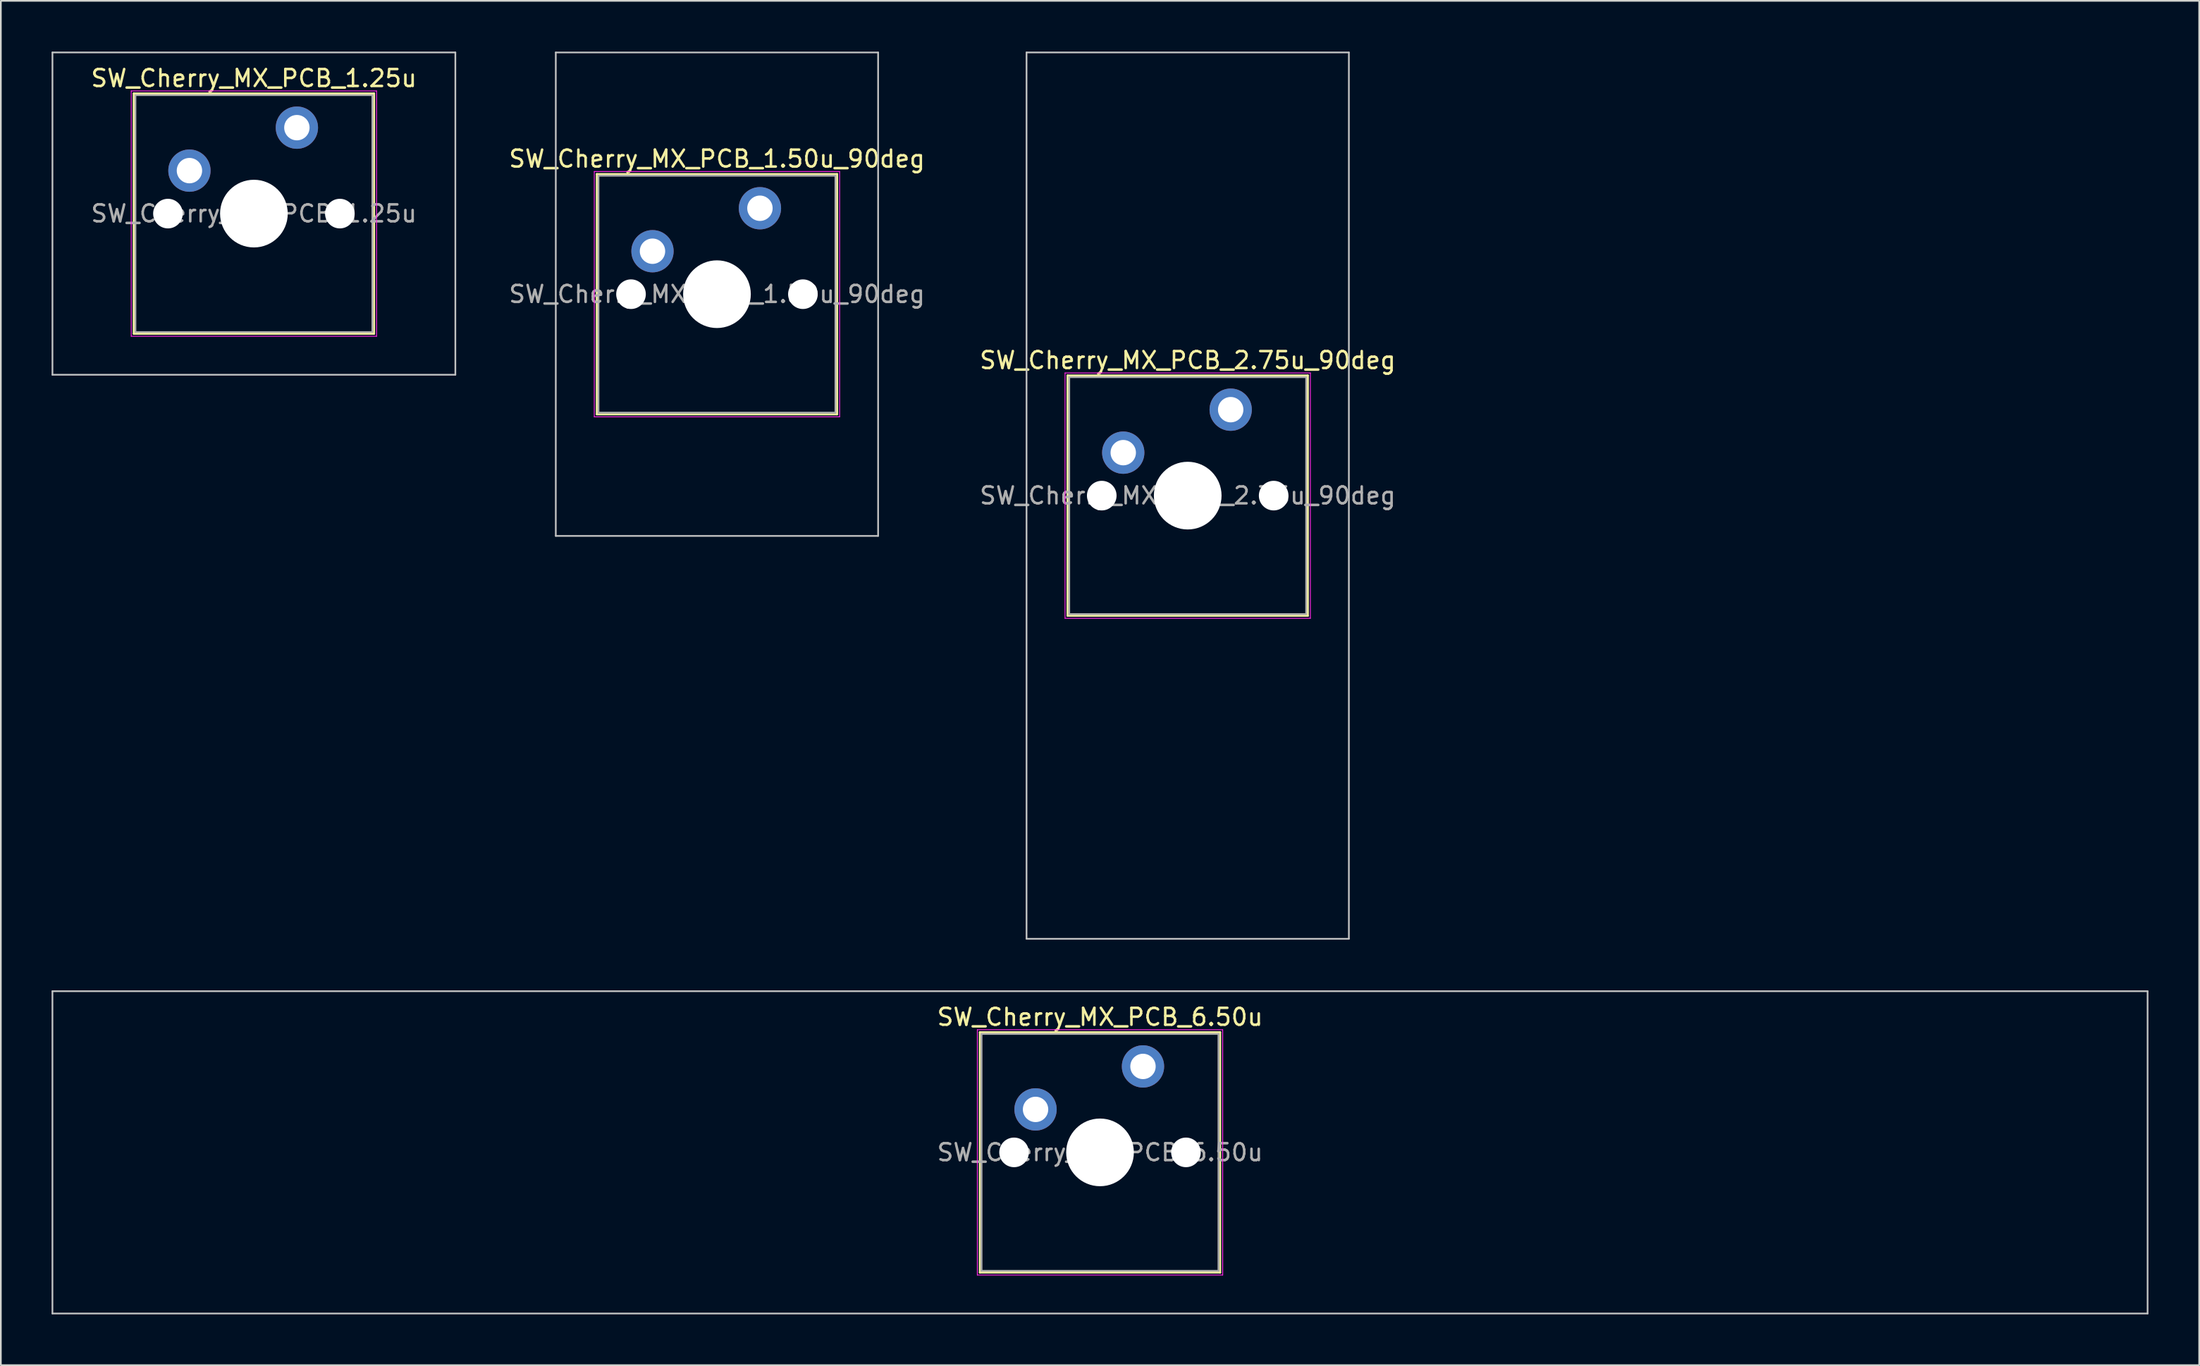
<source format=kicad_pcb>
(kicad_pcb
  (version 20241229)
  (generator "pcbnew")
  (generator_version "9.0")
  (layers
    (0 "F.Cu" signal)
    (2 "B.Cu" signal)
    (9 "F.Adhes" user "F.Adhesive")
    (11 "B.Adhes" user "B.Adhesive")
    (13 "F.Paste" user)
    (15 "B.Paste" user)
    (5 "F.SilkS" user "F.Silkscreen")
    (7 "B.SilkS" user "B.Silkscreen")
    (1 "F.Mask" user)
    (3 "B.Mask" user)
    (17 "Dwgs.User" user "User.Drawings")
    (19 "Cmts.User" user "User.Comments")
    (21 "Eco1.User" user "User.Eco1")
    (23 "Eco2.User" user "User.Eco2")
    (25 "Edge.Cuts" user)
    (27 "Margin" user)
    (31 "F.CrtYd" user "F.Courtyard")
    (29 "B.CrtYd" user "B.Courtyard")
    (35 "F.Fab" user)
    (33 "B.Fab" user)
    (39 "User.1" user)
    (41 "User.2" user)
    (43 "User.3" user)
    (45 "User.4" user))
  (footprint "SW_Cherry_MX_PCB_6.50u"
    (layer "F.Cu")
    (at 61.962 65.062)
    (property "Reference" "SW_Cherry_MX_PCB_6.50u" (at 0 -8 0) (layer "F.SilkS") (effects (font (size 1 1) (thickness 0.15))))
    (attr through_hole)
    (fp_line (start -7.1 -7.1) (end -7.1 7.1) (stroke (width 0.12) (type solid)) (layer "F.SilkS"))
    (fp_line (start -7.1 7.1) (end 7.1 7.1) (stroke (width 0.12) (type solid)) (layer "F.SilkS"))
    (fp_line (start 7.1 -7.1) (end -7.1 -7.1) (stroke (width 0.12) (type solid)) (layer "F.SilkS"))
    (fp_line (start 7.1 7.1) (end 7.1 -7.1) (stroke (width 0.12) (type solid)) (layer "F.SilkS"))
    (fp_line (start -61.913 -9.525) (end -61.913 9.525) (stroke (width 0.1) (type solid)) (layer "Dwgs.User"))
    (fp_line (start -61.913 9.525) (end 61.913 9.525) (stroke (width 0.1) (type solid)) (layer "Dwgs.User"))
    (fp_line (start 61.913 -9.525) (end -61.913 -9.525) (stroke (width 0.1) (type solid)) (layer "Dwgs.User"))
    (fp_line (start 61.913 9.525) (end 61.913 -9.525) (stroke (width 0.1) (type solid)) (layer "Dwgs.User"))
    (fp_line (start -7 -7) (end -7 7) (stroke (width 0.1) (type solid)) (layer "Eco1.User"))
    (fp_line (start -7 7) (end 7 7) (stroke (width 0.1) (type solid)) (layer "Eco1.User"))
    (fp_line (start 7 -7) (end -7 -7) (stroke (width 0.1) (type solid)) (layer "Eco1.User"))
    (fp_line (start 7 7) (end 7 -7) (stroke (width 0.1) (type solid)) (layer "Eco1.User"))
    (fp_line (start -7.25 -7.25) (end -7.25 7.25) (stroke (width 0.05) (type solid)) (layer "F.CrtYd"))
    (fp_line (start -7.25 7.25) (end 7.25 7.25) (stroke (width 0.05) (type solid)) (layer "F.CrtYd"))
    (fp_line (start 7.25 -7.25) (end -7.25 -7.25) (stroke (width 0.05) (type solid)) (layer "F.CrtYd"))
    (fp_line (start 7.25 7.25) (end 7.25 -7.25) (stroke (width 0.05) (type solid)) (layer "F.CrtYd"))
    (fp_line (start -7 -7) (end -7 7) (stroke (width 0.1) (type solid)) (layer "F.Fab"))
    (fp_line (start -7 7) (end 7 7) (stroke (width 0.1) (type solid)) (layer "F.Fab"))
    (fp_line (start 7 -7) (end -7 -7) (stroke (width 0.1) (type solid)) (layer "F.Fab"))
    (fp_line (start 7 7) (end 7 -7) (stroke (width 0.1) (type solid)) (layer "F.Fab"))
    (fp_text user "${REFERENCE}" (at 0 0 0) (layer "F.Fab") (effects (font (size 1 1) (thickness 0.15))))
    (pad "" np_thru_hole circle (at -5.08 0) (size 1.75 1.75) (drill 1.75) (layers "*.Cu" "*.Mask"))
    (pad "" np_thru_hole circle (at 0 0) (size 4 4) (drill 4) (layers "*.Cu" "*.Mask"))
    (pad "" np_thru_hole circle (at 5.08 0) (size 1.75 1.75) (drill 1.75) (layers "*.Cu" "*.Mask"))
    (pad "1" thru_hole circle (at -3.81 -2.54) (size 2.5 2.5) (drill 1.5) (layers "*.Cu" "*.Mask"))
    (pad "2" thru_hole circle (at 2.54 -5.08) (size 2.5 2.5) (drill 1.5) (layers "*.Cu" "*.Mask")))
  (footprint "SW_Cherry_MX_PCB_1.25u"
    (layer "F.Cu")
    (at 11.956 9.575)
    (property "Reference" "SW_Cherry_MX_PCB_1.25u" (at 0 -8 0) (layer "F.SilkS") (effects (font (size 1 1) (thickness 0.15))))
    (attr through_hole)
    (fp_line (start -7.1 -7.1) (end -7.1 7.1) (stroke (width 0.12) (type solid)) (layer "F.SilkS"))
    (fp_line (start -7.1 7.1) (end 7.1 7.1) (stroke (width 0.12) (type solid)) (layer "F.SilkS"))
    (fp_line (start 7.1 -7.1) (end -7.1 -7.1) (stroke (width 0.12) (type solid)) (layer "F.SilkS"))
    (fp_line (start 7.1 7.1) (end 7.1 -7.1) (stroke (width 0.12) (type solid)) (layer "F.SilkS"))
    (fp_line (start -11.906 -9.525) (end -11.906 9.525) (stroke (width 0.1) (type solid)) (layer "Dwgs.User"))
    (fp_line (start -11.906 9.525) (end 11.906 9.525) (stroke (width 0.1) (type solid)) (layer "Dwgs.User"))
    (fp_line (start 11.906 -9.525) (end -11.906 -9.525) (stroke (width 0.1) (type solid)) (layer "Dwgs.User"))
    (fp_line (start 11.906 9.525) (end 11.906 -9.525) (stroke (width 0.1) (type solid)) (layer "Dwgs.User"))
    (fp_line (start -7 -7) (end -7 7) (stroke (width 0.1) (type solid)) (layer "Eco1.User"))
    (fp_line (start -7 7) (end 7 7) (stroke (width 0.1) (type solid)) (layer "Eco1.User"))
    (fp_line (start 7 -7) (end -7 -7) (stroke (width 0.1) (type solid)) (layer "Eco1.User"))
    (fp_line (start 7 7) (end 7 -7) (stroke (width 0.1) (type solid)) (layer "Eco1.User"))
    (fp_line (start -7.25 -7.25) (end -7.25 7.25) (stroke (width 0.05) (type solid)) (layer "F.CrtYd"))
    (fp_line (start -7.25 7.25) (end 7.25 7.25) (stroke (width 0.05) (type solid)) (layer "F.CrtYd"))
    (fp_line (start 7.25 -7.25) (end -7.25 -7.25) (stroke (width 0.05) (type solid)) (layer "F.CrtYd"))
    (fp_line (start 7.25 7.25) (end 7.25 -7.25) (stroke (width 0.05) (type solid)) (layer "F.CrtYd"))
    (fp_line (start -7 -7) (end -7 7) (stroke (width 0.1) (type solid)) (layer "F.Fab"))
    (fp_line (start -7 7) (end 7 7) (stroke (width 0.1) (type solid)) (layer "F.Fab"))
    (fp_line (start 7 -7) (end -7 -7) (stroke (width 0.1) (type solid)) (layer "F.Fab"))
    (fp_line (start 7 7) (end 7 -7) (stroke (width 0.1) (type solid)) (layer "F.Fab"))
    (fp_text user "${REFERENCE}" (at 0 0 0) (layer "F.Fab") (effects (font (size 1 1) (thickness 0.15))))
    (pad "" np_thru_hole circle (at -5.08 0) (size 1.75 1.75) (drill 1.75) (layers "*.Cu" "*.Mask"))
    (pad "" np_thru_hole circle (at 0 0) (size 4 4) (drill 4) (layers "*.Cu" "*.Mask"))
    (pad "" np_thru_hole circle (at 5.08 0) (size 1.75 1.75) (drill 1.75) (layers "*.Cu" "*.Mask"))
    (pad "1" thru_hole circle (at -3.81 -2.54) (size 2.5 2.5) (drill 1.5) (layers "*.Cu" "*.Mask"))
    (pad "2" thru_hole circle (at 2.54 -5.08) (size 2.5 2.5) (drill 1.5) (layers "*.Cu" "*.Mask")))
  (footprint "SW_Cherry_MX_PCB_1.50u_90deg"
    (layer "F.Cu")
    (at 39.323 14.338)
    (property "Reference" "SW_Cherry_MX_PCB_1.50u_90deg" (at 0 -8 0) (layer "F.SilkS") (effects (font (size 1 1) (thickness 0.15))))
    (attr through_hole)
    (fp_line (start -7.1 -7.1) (end -7.1 7.1) (stroke (width 0.12) (type solid)) (layer "F.SilkS"))
    (fp_line (start -7.1 7.1) (end 7.1 7.1) (stroke (width 0.12) (type solid)) (layer "F.SilkS"))
    (fp_line (start 7.1 -7.1) (end -7.1 -7.1) (stroke (width 0.12) (type solid)) (layer "F.SilkS"))
    (fp_line (start 7.1 7.1) (end 7.1 -7.1) (stroke (width 0.12) (type solid)) (layer "F.SilkS"))
    (fp_line (start -9.525 -14.287) (end 9.525 -14.287) (stroke (width 0.1) (type solid)) (layer "Dwgs.User"))
    (fp_line (start -9.525 14.287) (end -9.525 -14.287) (stroke (width 0.1) (type solid)) (layer "Dwgs.User"))
    (fp_line (start 9.525 -14.287) (end 9.525 14.287) (stroke (width 0.1) (type solid)) (layer "Dwgs.User"))
    (fp_line (start 9.525 14.287) (end -9.525 14.287) (stroke (width 0.1) (type solid)) (layer "Dwgs.User"))
    (fp_line (start -7 -7) (end -7 7) (stroke (width 0.1) (type solid)) (layer "Eco1.User"))
    (fp_line (start -7 7) (end 7 7) (stroke (width 0.1) (type solid)) (layer "Eco1.User"))
    (fp_line (start 7 -7) (end -7 -7) (stroke (width 0.1) (type solid)) (layer "Eco1.User"))
    (fp_line (start 7 7) (end 7 -7) (stroke (width 0.1) (type solid)) (layer "Eco1.User"))
    (fp_line (start -7.25 -7.25) (end -7.25 7.25) (stroke (width 0.05) (type solid)) (layer "F.CrtYd"))
    (fp_line (start -7.25 7.25) (end 7.25 7.25) (stroke (width 0.05) (type solid)) (layer "F.CrtYd"))
    (fp_line (start 7.25 -7.25) (end -7.25 -7.25) (stroke (width 0.05) (type solid)) (layer "F.CrtYd"))
    (fp_line (start 7.25 7.25) (end 7.25 -7.25) (stroke (width 0.05) (type solid)) (layer "F.CrtYd"))
    (fp_line (start -7 -7) (end -7 7) (stroke (width 0.1) (type solid)) (layer "F.Fab"))
    (fp_line (start -7 7) (end 7 7) (stroke (width 0.1) (type solid)) (layer "F.Fab"))
    (fp_line (start 7 -7) (end -7 -7) (stroke (width 0.1) (type solid)) (layer "F.Fab"))
    (fp_line (start 7 7) (end 7 -7) (stroke (width 0.1) (type solid)) (layer "F.Fab"))
    (fp_text user "${REFERENCE}" (at 0 0 0) (layer "F.Fab") (effects (font (size 1 1) (thickness 0.15))))
    (pad "" np_thru_hole circle (at -5.08 0) (size 1.75 1.75) (drill 1.75) (layers "*.Cu" "*.Mask"))
    (pad "" np_thru_hole circle (at 0 0) (size 4 4) (drill 4) (layers "*.Cu" "*.Mask"))
    (pad "" np_thru_hole circle (at 5.08 0) (size 1.75 1.75) (drill 1.75) (layers "*.Cu" "*.Mask"))
    (pad "1" thru_hole circle (at -3.81 -2.54) (size 2.5 2.5) (drill 1.5) (layers "*.Cu" "*.Mask"))
    (pad "2" thru_hole circle (at 2.54 -5.08) (size 2.5 2.5) (drill 1.5) (layers "*.Cu" "*.Mask")))
  (footprint "SW_Cherry_MX_PCB_2.75u_90deg"
    (layer "F.Cu")
    (at 67.145 26.244)
    (property "Reference" "SW_Cherry_MX_PCB_2.75u_90deg" (at 0 -8 0) (layer "F.SilkS") (effects (font (size 1 1) (thickness 0.15))))
    (attr through_hole)
    (fp_line (start -7.1 -7.1) (end -7.1 7.1) (stroke (width 0.12) (type solid)) (layer "F.SilkS"))
    (fp_line (start -7.1 7.1) (end 7.1 7.1) (stroke (width 0.12) (type solid)) (layer "F.SilkS"))
    (fp_line (start 7.1 -7.1) (end -7.1 -7.1) (stroke (width 0.12) (type solid)) (layer "F.SilkS"))
    (fp_line (start 7.1 7.1) (end 7.1 -7.1) (stroke (width 0.12) (type solid)) (layer "F.SilkS"))
    (fp_line (start -9.525 -26.194) (end 9.525 -26.194) (stroke (width 0.1) (type solid)) (layer "Dwgs.User"))
    (fp_line (start -9.525 26.194) (end -9.525 -26.194) (stroke (width 0.1) (type solid)) (layer "Dwgs.User"))
    (fp_line (start 9.525 -26.194) (end 9.525 26.194) (stroke (width 0.1) (type solid)) (layer "Dwgs.User"))
    (fp_line (start 9.525 26.194) (end -9.525 26.194) (stroke (width 0.1) (type solid)) (layer "Dwgs.User"))
    (fp_line (start -7 -7) (end -7 7) (stroke (width 0.1) (type solid)) (layer "Eco1.User"))
    (fp_line (start -7 7) (end 7 7) (stroke (width 0.1) (type solid)) (layer "Eco1.User"))
    (fp_line (start 7 -7) (end -7 -7) (stroke (width 0.1) (type solid)) (layer "Eco1.User"))
    (fp_line (start 7 7) (end 7 -7) (stroke (width 0.1) (type solid)) (layer "Eco1.User"))
    (fp_line (start -7.25 -7.25) (end -7.25 7.25) (stroke (width 0.05) (type solid)) (layer "F.CrtYd"))
    (fp_line (start -7.25 7.25) (end 7.25 7.25) (stroke (width 0.05) (type solid)) (layer "F.CrtYd"))
    (fp_line (start 7.25 -7.25) (end -7.25 -7.25) (stroke (width 0.05) (type solid)) (layer "F.CrtYd"))
    (fp_line (start 7.25 7.25) (end 7.25 -7.25) (stroke (width 0.05) (type solid)) (layer "F.CrtYd"))
    (fp_line (start -7 -7) (end -7 7) (stroke (width 0.1) (type solid)) (layer "F.Fab"))
    (fp_line (start -7 7) (end 7 7) (stroke (width 0.1) (type solid)) (layer "F.Fab"))
    (fp_line (start 7 -7) (end -7 -7) (stroke (width 0.1) (type solid)) (layer "F.Fab"))
    (fp_line (start 7 7) (end 7 -7) (stroke (width 0.1) (type solid)) (layer "F.Fab"))
    (fp_text user "${REFERENCE}" (at 0 0 0) (layer "F.Fab") (effects (font (size 1 1) (thickness 0.15))))
    (pad "" np_thru_hole circle (at -5.08 0) (size 1.75 1.75) (drill 1.75) (layers "*.Cu" "*.Mask"))
    (pad "" np_thru_hole circle (at 0 0) (size 4 4) (drill 4) (layers "*.Cu" "*.Mask"))
    (pad "" np_thru_hole circle (at 5.08 0) (size 1.75 1.75) (drill 1.75) (layers "*.Cu" "*.Mask"))
    (pad "1" thru_hole circle (at -3.81 -2.54) (size 2.5 2.5) (drill 1.5) (layers "*.Cu" "*.Mask"))
    (pad "2" thru_hole circle (at 2.54 -5.08) (size 2.5 2.5) (drill 1.5) (layers "*.Cu" "*.Mask")))
  (gr_rect
    (start -3 -3)
    (end 126.925 77.638)
    (stroke (width 0.1) (type default))
    (fill no)
    (layer "Edge.Cuts")))
</source>
